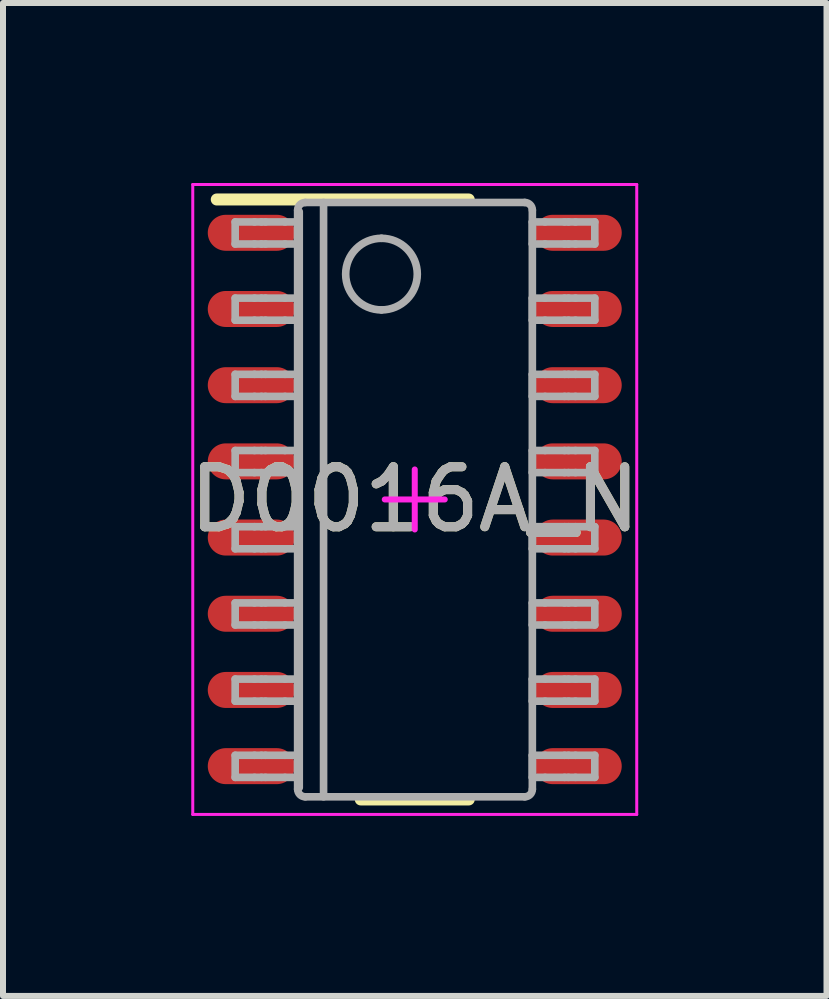
<source format=kicad_pcb>
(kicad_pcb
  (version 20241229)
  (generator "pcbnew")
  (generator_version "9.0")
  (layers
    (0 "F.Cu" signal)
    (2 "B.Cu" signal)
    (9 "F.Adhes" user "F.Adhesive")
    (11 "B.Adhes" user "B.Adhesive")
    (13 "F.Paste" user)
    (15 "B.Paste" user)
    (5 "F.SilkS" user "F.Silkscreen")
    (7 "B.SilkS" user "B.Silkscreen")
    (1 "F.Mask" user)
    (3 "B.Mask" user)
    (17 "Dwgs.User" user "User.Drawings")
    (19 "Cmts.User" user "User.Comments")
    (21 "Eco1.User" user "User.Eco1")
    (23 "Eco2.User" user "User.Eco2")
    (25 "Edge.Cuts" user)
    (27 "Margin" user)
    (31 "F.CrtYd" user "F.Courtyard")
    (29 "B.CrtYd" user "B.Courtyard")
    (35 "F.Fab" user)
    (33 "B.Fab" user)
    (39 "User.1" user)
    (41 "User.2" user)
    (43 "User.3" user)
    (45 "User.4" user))
  (footprint "D0016A_N"
    (layer "F.Cu")
    (at 3.863 5.275)
    (property "Reference" "D0016A_N" (at 0 0 0) (unlocked yes) (layer "F.SilkS") (effects (font (size 1 1) (thickness 0.15))))
    (attr smd)
    (fp_line (start -3.3 -5) (end 0.9 -5) (stroke (width 0.2) (type solid)) (layer "F.SilkS"))
    (fp_line (start -0.9 5) (end 0.9 5) (stroke (width 0.2) (type solid)) (layer "F.SilkS"))
    (fp_line (start -3.7 -5.25) (end 3.7 -5.25) (stroke (width 0.05) (type solid)) (layer "F.CrtYd"))
    (fp_line (start -3.7 5.25) (end -3.7 -5.25) (stroke (width 0.05) (type solid)) (layer "F.CrtYd"))
    (fp_line (start -3.7 5.25) (end 3.7 5.25) (stroke (width 0.05) (type solid)) (layer "F.CrtYd"))
    (fp_line (start -0.5 0) (end 0.5 0) (stroke (width 0.1) (type solid)) (layer "F.CrtYd"))
    (fp_line (start 0 0.5) (end 0 -0.5) (stroke (width 0.1) (type solid)) (layer "F.CrtYd"))
    (fp_line (start 3.7 5.25) (end 3.7 -5.25) (stroke (width 0.05) (type solid)) (layer "F.CrtYd"))
    (fp_line (start -2.993 -4.626) (end -2.671 -4.626) (stroke (width 0.127) (type solid)) (layer "F.Fab"))
    (fp_line (start -2.993 -4.258) (end -2.993 -4.626) (stroke (width 0.127) (type solid)) (layer "F.Fab"))
    (fp_line (start -2.993 -4.258) (end -2.671 -4.258) (stroke (width 0.127) (type solid)) (layer "F.Fab"))
    (fp_line (start -2.993 -3.356) (end -2.671 -3.356) (stroke (width 0.127) (type solid)) (layer "F.Fab"))
    (fp_line (start -2.993 -2.988) (end -2.993 -3.356) (stroke (width 0.127) (type solid)) (layer "F.Fab"))
    (fp_line (start -2.993 -2.988) (end -2.671 -2.988) (stroke (width 0.127) (type solid)) (layer "F.Fab"))
    (fp_line (start -2.993 -2.086) (end -2.671 -2.086) (stroke (width 0.127) (type solid)) (layer "F.Fab"))
    (fp_line (start -2.993 -1.718) (end -2.993 -2.086) (stroke (width 0.127) (type solid)) (layer "F.Fab"))
    (fp_line (start -2.993 -1.718) (end -2.671 -1.718) (stroke (width 0.127) (type solid)) (layer "F.Fab"))
    (fp_line (start -2.993 -0.816) (end -2.671 -0.816) (stroke (width 0.127) (type solid)) (layer "F.Fab"))
    (fp_line (start -2.993 -0.448) (end -2.993 -0.816) (stroke (width 0.127) (type solid)) (layer "F.Fab"))
    (fp_line (start -2.993 -0.448) (end -2.671 -0.448) (stroke (width 0.127) (type solid)) (layer "F.Fab"))
    (fp_line (start -2.993 0.454) (end -2.671 0.454) (stroke (width 0.127) (type solid)) (layer "F.Fab"))
    (fp_line (start -2.993 0.822) (end -2.993 0.454) (stroke (width 0.127) (type solid)) (layer "F.Fab"))
    (fp_line (start -2.993 0.822) (end -2.671 0.822) (stroke (width 0.127) (type solid)) (layer "F.Fab"))
    (fp_line (start -2.993 1.724) (end -2.671 1.724) (stroke (width 0.127) (type solid)) (layer "F.Fab"))
    (fp_line (start -2.993 2.092) (end -2.993 1.724) (stroke (width 0.127) (type solid)) (layer "F.Fab"))
    (fp_line (start -2.993 2.092) (end -2.671 2.092) (stroke (width 0.127) (type solid)) (layer "F.Fab"))
    (fp_line (start -2.993 2.994) (end -2.671 2.994) (stroke (width 0.127) (type solid)) (layer "F.Fab"))
    (fp_line (start -2.993 3.362) (end -2.993 2.994) (stroke (width 0.127) (type solid)) (layer "F.Fab"))
    (fp_line (start -2.993 3.362) (end -2.671 3.362) (stroke (width 0.127) (type solid)) (layer "F.Fab"))
    (fp_line (start -2.993 4.264) (end -2.671 4.264) (stroke (width 0.127) (type solid)) (layer "F.Fab"))
    (fp_line (start -2.993 4.632) (end -2.993 4.264) (stroke (width 0.127) (type solid)) (layer "F.Fab"))
    (fp_line (start -2.993 4.632) (end -2.671 4.632) (stroke (width 0.127) (type solid)) (layer "F.Fab"))
    (fp_line (start -2.671 -4.626) (end -2.555 -4.626) (stroke (width 0.127) (type solid)) (layer "F.Fab"))
    (fp_line (start -2.671 -4.258) (end -2.555 -4.258) (stroke (width 0.127) (type solid)) (layer "F.Fab"))
    (fp_line (start -2.671 -3.356) (end -2.555 -3.356) (stroke (width 0.127) (type solid)) (layer "F.Fab"))
    (fp_line (start -2.671 -2.988) (end -2.555 -2.988) (stroke (width 0.127) (type solid)) (layer "F.Fab"))
    (fp_line (start -2.671 -2.086) (end -2.555 -2.086) (stroke (width 0.127) (type solid)) (layer "F.Fab"))
    (fp_line (start -2.671 -1.718) (end -2.555 -1.718) (stroke (width 0.127) (type solid)) (layer "F.Fab"))
    (fp_line (start -2.671 -0.816) (end -2.555 -0.816) (stroke (width 0.127) (type solid)) (layer "F.Fab"))
    (fp_line (start -2.671 -0.448) (end -2.555 -0.448) (stroke (width 0.127) (type solid)) (layer "F.Fab"))
    (fp_line (start -2.671 0.454) (end -2.555 0.454) (stroke (width 0.127) (type solid)) (layer "F.Fab"))
    (fp_line (start -2.671 0.822) (end -2.555 0.822) (stroke (width 0.127) (type solid)) (layer "F.Fab"))
    (fp_line (start -2.671 1.724) (end -2.555 1.724) (stroke (width 0.127) (type solid)) (layer "F.Fab"))
    (fp_line (start -2.671 2.092) (end -2.555 2.092) (stroke (width 0.127) (type solid)) (layer "F.Fab"))
    (fp_line (start -2.671 2.994) (end -2.555 2.994) (stroke (width 0.127) (type solid)) (layer "F.Fab"))
    (fp_line (start -2.671 3.362) (end -2.555 3.362) (stroke (width 0.127) (type solid)) (layer "F.Fab"))
    (fp_line (start -2.671 4.264) (end -2.555 4.264) (stroke (width 0.127) (type solid)) (layer "F.Fab"))
    (fp_line (start -2.671 4.632) (end -2.555 4.632) (stroke (width 0.127) (type solid)) (layer "F.Fab"))
    (fp_line (start -2.555 -4.626) (end -2.488 -4.626) (stroke (width 0.127) (type solid)) (layer "F.Fab"))
    (fp_line (start -2.555 -4.258) (end -2.488 -4.258) (stroke (width 0.127) (type solid)) (layer "F.Fab"))
    (fp_line (start -2.555 -3.356) (end -2.488 -3.356) (stroke (width 0.127) (type solid)) (layer "F.Fab"))
    (fp_line (start -2.555 -2.988) (end -2.488 -2.988) (stroke (width 0.127) (type solid)) (layer "F.Fab"))
    (fp_line (start -2.555 -2.086) (end -2.488 -2.086) (stroke (width 0.127) (type solid)) (layer "F.Fab"))
    (fp_line (start -2.555 -1.718) (end -2.488 -1.718) (stroke (width 0.127) (type solid)) (layer "F.Fab"))
    (fp_line (start -2.555 -0.816) (end -2.488 -0.816) (stroke (width 0.127) (type solid)) (layer "F.Fab"))
    (fp_line (start -2.555 -0.448) (end -2.488 -0.448) (stroke (width 0.127) (type solid)) (layer "F.Fab"))
    (fp_line (start -2.555 0.454) (end -2.488 0.454) (stroke (width 0.127) (type solid)) (layer "F.Fab"))
    (fp_line (start -2.555 0.822) (end -2.488 0.822) (stroke (width 0.127) (type solid)) (layer "F.Fab"))
    (fp_line (start -2.555 1.724) (end -2.488 1.724) (stroke (width 0.127) (type solid)) (layer "F.Fab"))
    (fp_line (start -2.555 2.092) (end -2.488 2.092) (stroke (width 0.127) (type solid)) (layer "F.Fab"))
    (fp_line (start -2.555 2.994) (end -2.488 2.994) (stroke (width 0.127) (type solid)) (layer "F.Fab"))
    (fp_line (start -2.555 3.362) (end -2.488 3.362) (stroke (width 0.127) (type solid)) (layer "F.Fab"))
    (fp_line (start -2.555 4.264) (end -2.488 4.264) (stroke (width 0.127) (type solid)) (layer "F.Fab"))
    (fp_line (start -2.555 4.632) (end -2.488 4.632) (stroke (width 0.127) (type solid)) (layer "F.Fab"))
    (fp_line (start -2.488 -4.626) (end -2.163 -4.626) (stroke (width 0.127) (type solid)) (layer "F.Fab"))
    (fp_line (start -2.488 -4.258) (end -2.163 -4.258) (stroke (width 0.127) (type solid)) (layer "F.Fab"))
    (fp_line (start -2.488 -3.356) (end -2.163 -3.356) (stroke (width 0.127) (type solid)) (layer "F.Fab"))
    (fp_line (start -2.488 -2.988) (end -2.163 -2.988) (stroke (width 0.127) (type solid)) (layer "F.Fab"))
    (fp_line (start -2.488 -2.086) (end -2.163 -2.086) (stroke (width 0.127) (type solid)) (layer "F.Fab"))
    (fp_line (start -2.488 -1.718) (end -2.163 -1.718) (stroke (width 0.127) (type solid)) (layer "F.Fab"))
    (fp_line (start -2.488 -0.816) (end -2.163 -0.816) (stroke (width 0.127) (type solid)) (layer "F.Fab"))
    (fp_line (start -2.488 -0.448) (end -2.163 -0.448) (stroke (width 0.127) (type solid)) (layer "F.Fab"))
    (fp_line (start -2.488 0.454) (end -2.163 0.454) (stroke (width 0.127) (type solid)) (layer "F.Fab"))
    (fp_line (start -2.488 0.822) (end -2.163 0.822) (stroke (width 0.127) (type solid)) (layer "F.Fab"))
    (fp_line (start -2.488 1.724) (end -2.163 1.724) (stroke (width 0.127) (type solid)) (layer "F.Fab"))
    (fp_line (start -2.488 2.092) (end -2.163 2.092) (stroke (width 0.127) (type solid)) (layer "F.Fab"))
    (fp_line (start -2.488 2.994) (end -2.163 2.994) (stroke (width 0.127) (type solid)) (layer "F.Fab"))
    (fp_line (start -2.488 3.362) (end -2.163 3.362) (stroke (width 0.127) (type solid)) (layer "F.Fab"))
    (fp_line (start -2.488 4.264) (end -2.163 4.264) (stroke (width 0.127) (type solid)) (layer "F.Fab"))
    (fp_line (start -2.488 4.632) (end -2.163 4.632) (stroke (width 0.127) (type solid)) (layer "F.Fab"))
    (fp_line (start -2.163 -4.626) (end -1.952 -4.626) (stroke (width 0.127) (type solid)) (layer "F.Fab"))
    (fp_line (start -2.163 -4.258) (end -1.952 -4.258) (stroke (width 0.127) (type solid)) (layer "F.Fab"))
    (fp_line (start -2.163 -3.356) (end -1.952 -3.356) (stroke (width 0.127) (type solid)) (layer "F.Fab"))
    (fp_line (start -2.163 -2.988) (end -1.952 -2.988) (stroke (width 0.127) (type solid)) (layer "F.Fab"))
    (fp_line (start -2.163 -2.086) (end -1.952 -2.086) (stroke (width 0.127) (type solid)) (layer "F.Fab"))
    (fp_line (start -2.163 -1.718) (end -1.952 -1.718) (stroke (width 0.127) (type solid)) (layer "F.Fab"))
    (fp_line (start -2.163 -0.816) (end -1.952 -0.816) (stroke (width 0.127) (type solid)) (layer "F.Fab"))
    (fp_line (start -2.163 -0.448) (end -1.952 -0.448) (stroke (width 0.127) (type solid)) (layer "F.Fab"))
    (fp_line (start -2.163 0.454) (end -1.952 0.454) (stroke (width 0.127) (type solid)) (layer "F.Fab"))
    (fp_line (start -2.163 0.822) (end -1.952 0.822) (stroke (width 0.127) (type solid)) (layer "F.Fab"))
    (fp_line (start -2.163 1.724) (end -1.952 1.724) (stroke (width 0.127) (type solid)) (layer "F.Fab"))
    (fp_line (start -2.163 2.092) (end -1.952 2.092) (stroke (width 0.127) (type solid)) (layer "F.Fab"))
    (fp_line (start -2.163 2.994) (end -1.952 2.994) (stroke (width 0.127) (type solid)) (layer "F.Fab"))
    (fp_line (start -2.163 3.362) (end -1.952 3.362) (stroke (width 0.127) (type solid)) (layer "F.Fab"))
    (fp_line (start -2.163 4.264) (end -1.952 4.264) (stroke (width 0.127) (type solid)) (layer "F.Fab"))
    (fp_line (start -2.163 4.632) (end -1.952 4.632) (stroke (width 0.127) (type solid)) (layer "F.Fab"))
    (fp_line (start -1.952 -4.258) (end -1.952 -4.626) (stroke (width 0.127) (type solid)) (layer "F.Fab"))
    (fp_line (start -1.952 -2.988) (end -1.952 -3.356) (stroke (width 0.127) (type solid)) (layer "F.Fab"))
    (fp_line (start -1.952 -1.718) (end -1.952 -2.086) (stroke (width 0.127) (type solid)) (layer "F.Fab"))
    (fp_line (start -1.952 -0.448) (end -1.952 -0.816) (stroke (width 0.127) (type solid)) (layer "F.Fab"))
    (fp_line (start -1.952 0.822) (end -1.952 0.454) (stroke (width 0.127) (type solid)) (layer "F.Fab"))
    (fp_line (start -1.952 2.092) (end -1.952 1.724) (stroke (width 0.127) (type solid)) (layer "F.Fab"))
    (fp_line (start -1.952 3.362) (end -1.952 2.994) (stroke (width 0.127) (type solid)) (layer "F.Fab"))
    (fp_line (start -1.952 4.632) (end -1.952 4.264) (stroke (width 0.127) (type solid)) (layer "F.Fab"))
    (fp_line (start -1.952 4.829) (end -1.952 -4.823) (stroke (width 0.127) (type solid)) (layer "F.Fab"))
    (fp_line (start -1.925 4.803) (end -1.925 -4.797) (stroke (width 0.127) (type solid)) (layer "F.Fab"))
    (fp_line (start -1.825 -4.95) (end 1.834 -4.95) (stroke (width 0.127) (type solid)) (layer "F.Fab"))
    (fp_line (start -1.825 4.956) (end 1.834 4.956) (stroke (width 0.127) (type solid)) (layer "F.Fab"))
    (fp_line (start -1.52 4.956) (end -1.52 -4.95) (stroke (width 0.127) (type solid)) (layer "F.Fab"))
    (fp_line (start 1.96 -4.626) (end 2.172 -4.626) (stroke (width 0.127) (type solid)) (layer "F.Fab"))
    (fp_line (start 1.96 -4.258) (end 1.96 -4.626) (stroke (width 0.127) (type solid)) (layer "F.Fab"))
    (fp_line (start 1.96 -4.258) (end 2.172 -4.258) (stroke (width 0.127) (type solid)) (layer "F.Fab"))
    (fp_line (start 1.96 -3.356) (end 2.172 -3.356) (stroke (width 0.127) (type solid)) (layer "F.Fab"))
    (fp_line (start 1.96 -2.988) (end 1.96 -3.356) (stroke (width 0.127) (type solid)) (layer "F.Fab"))
    (fp_line (start 1.96 -2.988) (end 2.172 -2.988) (stroke (width 0.127) (type solid)) (layer "F.Fab"))
    (fp_line (start 1.96 -2.086) (end 2.172 -2.086) (stroke (width 0.127) (type solid)) (layer "F.Fab"))
    (fp_line (start 1.96 -1.718) (end 1.96 -2.086) (stroke (width 0.127) (type solid)) (layer "F.Fab"))
    (fp_line (start 1.96 -1.718) (end 2.172 -1.718) (stroke (width 0.127) (type solid)) (layer "F.Fab"))
    (fp_line (start 1.96 -0.816) (end 2.172 -0.816) (stroke (width 0.127) (type solid)) (layer "F.Fab"))
    (fp_line (start 1.96 -0.448) (end 1.96 -0.816) (stroke (width 0.127) (type solid)) (layer "F.Fab"))
    (fp_line (start 1.96 -0.448) (end 2.172 -0.448) (stroke (width 0.127) (type solid)) (layer "F.Fab"))
    (fp_line (start 1.96 0.454) (end 2.172 0.454) (stroke (width 0.127) (type solid)) (layer "F.Fab"))
    (fp_line (start 1.96 0.822) (end 1.96 0.454) (stroke (width 0.127) (type solid)) (layer "F.Fab"))
    (fp_line (start 1.96 0.822) (end 2.172 0.822) (stroke (width 0.127) (type solid)) (layer "F.Fab"))
    (fp_line (start 1.96 1.724) (end 2.172 1.724) (stroke (width 0.127) (type solid)) (layer "F.Fab"))
    (fp_line (start 1.96 2.092) (end 1.96 1.724) (stroke (width 0.127) (type solid)) (layer "F.Fab"))
    (fp_line (start 1.96 2.092) (end 2.172 2.092) (stroke (width 0.127) (type solid)) (layer "F.Fab"))
    (fp_line (start 1.96 2.994) (end 2.172 2.994) (stroke (width 0.127) (type solid)) (layer "F.Fab"))
    (fp_line (start 1.96 3.362) (end 1.96 2.994) (stroke (width 0.127) (type solid)) (layer "F.Fab"))
    (fp_line (start 1.96 3.362) (end 2.172 3.362) (stroke (width 0.127) (type solid)) (layer "F.Fab"))
    (fp_line (start 1.96 4.264) (end 2.172 4.264) (stroke (width 0.127) (type solid)) (layer "F.Fab"))
    (fp_line (start 1.96 4.632) (end 1.96 4.264) (stroke (width 0.127) (type solid)) (layer "F.Fab"))
    (fp_line (start 1.96 4.632) (end 2.172 4.632) (stroke (width 0.127) (type solid)) (layer "F.Fab"))
    (fp_line (start 1.96 4.829) (end 1.96 -4.823) (stroke (width 0.127) (type solid)) (layer "F.Fab"))
    (fp_line (start 2.172 -4.626) (end 2.497 -4.626) (stroke (width 0.127) (type solid)) (layer "F.Fab"))
    (fp_line (start 2.172 -4.258) (end 2.497 -4.258) (stroke (width 0.127) (type solid)) (layer "F.Fab"))
    (fp_line (start 2.172 -3.356) (end 2.497 -3.356) (stroke (width 0.127) (type solid)) (layer "F.Fab"))
    (fp_line (start 2.172 -2.988) (end 2.497 -2.988) (stroke (width 0.127) (type solid)) (layer "F.Fab"))
    (fp_line (start 2.172 -2.086) (end 2.497 -2.086) (stroke (width 0.127) (type solid)) (layer "F.Fab"))
    (fp_line (start 2.172 -1.718) (end 2.497 -1.718) (stroke (width 0.127) (type solid)) (layer "F.Fab"))
    (fp_line (start 2.172 -0.816) (end 2.497 -0.816) (stroke (width 0.127) (type solid)) (layer "F.Fab"))
    (fp_line (start 2.172 -0.448) (end 2.497 -0.448) (stroke (width 0.127) (type solid)) (layer "F.Fab"))
    (fp_line (start 2.172 0.454) (end 2.497 0.454) (stroke (width 0.127) (type solid)) (layer "F.Fab"))
    (fp_line (start 2.172 0.822) (end 2.497 0.822) (stroke (width 0.127) (type solid)) (layer "F.Fab"))
    (fp_line (start 2.172 1.724) (end 2.497 1.724) (stroke (width 0.127) (type solid)) (layer "F.Fab"))
    (fp_line (start 2.172 2.092) (end 2.497 2.092) (stroke (width 0.127) (type solid)) (layer "F.Fab"))
    (fp_line (start 2.172 2.994) (end 2.497 2.994) (stroke (width 0.127) (type solid)) (layer "F.Fab"))
    (fp_line (start 2.172 3.362) (end 2.497 3.362) (stroke (width 0.127) (type solid)) (layer "F.Fab"))
    (fp_line (start 2.172 4.264) (end 2.497 4.264) (stroke (width 0.127) (type solid)) (layer "F.Fab"))
    (fp_line (start 2.172 4.632) (end 2.497 4.632) (stroke (width 0.127) (type solid)) (layer "F.Fab"))
    (fp_line (start 2.497 -4.626) (end 2.563 -4.626) (stroke (width 0.127) (type solid)) (layer "F.Fab"))
    (fp_line (start 2.497 -4.258) (end 2.563 -4.258) (stroke (width 0.127) (type solid)) (layer "F.Fab"))
    (fp_line (start 2.497 -3.356) (end 2.563 -3.356) (stroke (width 0.127) (type solid)) (layer "F.Fab"))
    (fp_line (start 2.497 -2.988) (end 2.563 -2.988) (stroke (width 0.127) (type solid)) (layer "F.Fab"))
    (fp_line (start 2.497 -2.086) (end 2.563 -2.086) (stroke (width 0.127) (type solid)) (layer "F.Fab"))
    (fp_line (start 2.497 -1.718) (end 2.563 -1.718) (stroke (width 0.127) (type solid)) (layer "F.Fab"))
    (fp_line (start 2.497 -0.816) (end 2.563 -0.816) (stroke (width 0.127) (type solid)) (layer "F.Fab"))
    (fp_line (start 2.497 -0.448) (end 2.563 -0.448) (stroke (width 0.127) (type solid)) (layer "F.Fab"))
    (fp_line (start 2.497 0.454) (end 2.563 0.454) (stroke (width 0.127) (type solid)) (layer "F.Fab"))
    (fp_line (start 2.497 0.822) (end 2.563 0.822) (stroke (width 0.127) (type solid)) (layer "F.Fab"))
    (fp_line (start 2.497 1.724) (end 2.563 1.724) (stroke (width 0.127) (type solid)) (layer "F.Fab"))
    (fp_line (start 2.497 2.092) (end 2.563 2.092) (stroke (width 0.127) (type solid)) (layer "F.Fab"))
    (fp_line (start 2.497 2.994) (end 2.563 2.994) (stroke (width 0.127) (type solid)) (layer "F.Fab"))
    (fp_line (start 2.497 3.362) (end 2.563 3.362) (stroke (width 0.127) (type solid)) (layer "F.Fab"))
    (fp_line (start 2.497 4.264) (end 2.563 4.264) (stroke (width 0.127) (type solid)) (layer "F.Fab"))
    (fp_line (start 2.497 4.632) (end 2.563 4.632) (stroke (width 0.127) (type solid)) (layer "F.Fab"))
    (fp_line (start 2.563 -4.626) (end 2.679 -4.626) (stroke (width 0.127) (type solid)) (layer "F.Fab"))
    (fp_line (start 2.563 -4.258) (end 2.679 -4.258) (stroke (width 0.127) (type solid)) (layer "F.Fab"))
    (fp_line (start 2.563 -3.356) (end 2.679 -3.356) (stroke (width 0.127) (type solid)) (layer "F.Fab"))
    (fp_line (start 2.563 -2.988) (end 2.679 -2.988) (stroke (width 0.127) (type solid)) (layer "F.Fab"))
    (fp_line (start 2.563 -2.086) (end 2.679 -2.086) (stroke (width 0.127) (type solid)) (layer "F.Fab"))
    (fp_line (start 2.563 -1.718) (end 2.679 -1.718) (stroke (width 0.127) (type solid)) (layer "F.Fab"))
    (fp_line (start 2.563 -0.816) (end 2.679 -0.816) (stroke (width 0.127) (type solid)) (layer "F.Fab"))
    (fp_line (start 2.563 -0.448) (end 2.679 -0.448) (stroke (width 0.127) (type solid)) (layer "F.Fab"))
    (fp_line (start 2.563 0.454) (end 2.679 0.454) (stroke (width 0.127) (type solid)) (layer "F.Fab"))
    (fp_line (start 2.563 0.822) (end 2.679 0.822) (stroke (width 0.127) (type solid)) (layer "F.Fab"))
    (fp_line (start 2.563 1.724) (end 2.679 1.724) (stroke (width 0.127) (type solid)) (layer "F.Fab"))
    (fp_line (start 2.563 2.092) (end 2.679 2.092) (stroke (width 0.127) (type solid)) (layer "F.Fab"))
    (fp_line (start 2.563 2.994) (end 2.679 2.994) (stroke (width 0.127) (type solid)) (layer "F.Fab"))
    (fp_line (start 2.563 3.362) (end 2.679 3.362) (stroke (width 0.127) (type solid)) (layer "F.Fab"))
    (fp_line (start 2.563 4.264) (end 2.679 4.264) (stroke (width 0.127) (type solid)) (layer "F.Fab"))
    (fp_line (start 2.563 4.632) (end 2.679 4.632) (stroke (width 0.127) (type solid)) (layer "F.Fab"))
    (fp_line (start 2.679 -4.626) (end 3.001 -4.626) (stroke (width 0.127) (type solid)) (layer "F.Fab"))
    (fp_line (start 2.679 -4.258) (end 3.001 -4.258) (stroke (width 0.127) (type solid)) (layer "F.Fab"))
    (fp_line (start 2.679 -3.356) (end 3.001 -3.356) (stroke (width 0.127) (type solid)) (layer "F.Fab"))
    (fp_line (start 2.679 -2.988) (end 3.001 -2.988) (stroke (width 0.127) (type solid)) (layer "F.Fab"))
    (fp_line (start 2.679 -2.086) (end 3.001 -2.086) (stroke (width 0.127) (type solid)) (layer "F.Fab"))
    (fp_line (start 2.679 -1.718) (end 3.001 -1.718) (stroke (width 0.127) (type solid)) (layer "F.Fab"))
    (fp_line (start 2.679 -0.816) (end 3.001 -0.816) (stroke (width 0.127) (type solid)) (layer "F.Fab"))
    (fp_line (start 2.679 -0.448) (end 3.001 -0.448) (stroke (width 0.127) (type solid)) (layer "F.Fab"))
    (fp_line (start 2.679 0.454) (end 3.001 0.454) (stroke (width 0.127) (type solid)) (layer "F.Fab"))
    (fp_line (start 2.679 0.822) (end 3.001 0.822) (stroke (width 0.127) (type solid)) (layer "F.Fab"))
    (fp_line (start 2.679 1.724) (end 3.001 1.724) (stroke (width 0.127) (type solid)) (layer "F.Fab"))
    (fp_line (start 2.679 2.092) (end 3.001 2.092) (stroke (width 0.127) (type solid)) (layer "F.Fab"))
    (fp_line (start 2.679 2.994) (end 3.001 2.994) (stroke (width 0.127) (type solid)) (layer "F.Fab"))
    (fp_line (start 2.679 3.362) (end 3.001 3.362) (stroke (width 0.127) (type solid)) (layer "F.Fab"))
    (fp_line (start 2.679 4.264) (end 3.001 4.264) (stroke (width 0.127) (type solid)) (layer "F.Fab"))
    (fp_line (start 2.679 4.632) (end 3.001 4.632) (stroke (width 0.127) (type solid)) (layer "F.Fab"))
    (fp_line (start 3.001 -4.258) (end 3.001 -4.626) (stroke (width 0.127) (type solid)) (layer "F.Fab"))
    (fp_line (start 3.001 -2.988) (end 3.001 -3.356) (stroke (width 0.127) (type solid)) (layer "F.Fab"))
    (fp_line (start 3.001 -1.718) (end 3.001 -2.086) (stroke (width 0.127) (type solid)) (layer "F.Fab"))
    (fp_line (start 3.001 -0.448) (end 3.001 -0.816) (stroke (width 0.127) (type solid)) (layer "F.Fab"))
    (fp_line (start 3.001 0.822) (end 3.001 0.454) (stroke (width 0.127) (type solid)) (layer "F.Fab"))
    (fp_line (start 3.001 2.092) (end 3.001 1.724) (stroke (width 0.127) (type solid)) (layer "F.Fab"))
    (fp_line (start 3.001 3.362) (end 3.001 2.994) (stroke (width 0.127) (type solid)) (layer "F.Fab"))
    (fp_line (start 3.001 4.632) (end 3.001 4.264) (stroke (width 0.127) (type solid)) (layer "F.Fab"))
    (fp_arc (start -1.951542 -4.823482) (mid -1.914335 -4.91281) (end -1.824999 -4.949999) (stroke (width 0.127) (type solid)) (layer "F.Fab"))
    (fp_arc (start -1.824999 4.955999) (mid -1.91434 4.918797) (end -1.951542 4.829456) (stroke (width 0.127) (type solid)) (layer "F.Fab"))
    (fp_arc (start -0.554543 -4.3531) (mid 0.042357 -3.7562) (end -0.554543 -3.1593) (stroke (width 0.127) (type solid)) (layer "F.Fab"))
    (fp_arc (start -0.554543 -3.1593) (mid -1.151443 -3.7562) (end -0.554543 -4.3531) (stroke (width 0.127) (type solid)) (layer "F.Fab"))
    (fp_arc (start 1.833539 -4.949999) (mid 1.922862 -4.912805) (end 1.960056 -4.823482) (stroke (width 0.127) (type solid)) (layer "F.Fab"))
    (fp_arc (start 1.960056 4.829456) (mid 1.922867 4.918792) (end 1.833539 4.955999) (stroke (width 0.127) (type solid)) (layer "F.Fab"))
    (fp_text user "${REFERENCE}" (at 0 0 0) (unlocked yes) (layer "F.Fab") (effects (font (size 1 1) (thickness 0.15))))
    (pad "1" smd oval (at -2.725 -4.445 90) (size 0.6 1.45) (layers "F.Cu" "F.Mask" "F.Paste"))
    (pad "2" smd oval (at -2.725 -3.175 90) (size 0.6 1.45) (layers "F.Cu" "F.Mask" "F.Paste"))
    (pad "3" smd oval (at -2.725 -1.905 90) (size 0.6 1.45) (layers "F.Cu" "F.Mask" "F.Paste"))
    (pad "4" smd oval (at -2.725 -0.635 90) (size 0.6 1.45) (layers "F.Cu" "F.Mask" "F.Paste"))
    (pad "5" smd oval (at -2.725 0.635 90) (size 0.6 1.45) (layers "F.Cu" "F.Mask" "F.Paste"))
    (pad "6" smd oval (at -2.725 1.905 90) (size 0.6 1.45) (layers "F.Cu" "F.Mask" "F.Paste"))
    (pad "7" smd oval (at -2.725 3.175 90) (size 0.6 1.45) (layers "F.Cu" "F.Mask" "F.Paste"))
    (pad "8" smd oval (at -2.725 4.445 90) (size 0.6 1.45) (layers "F.Cu" "F.Mask" "F.Paste"))
    (pad "9" smd oval (at 2.725 4.445 90) (size 0.6 1.45) (layers "F.Cu" "F.Mask" "F.Paste"))
    (pad "10" smd oval (at 2.725 3.175 90) (size 0.6 1.45) (layers "F.Cu" "F.Mask" "F.Paste"))
    (pad "11" smd oval (at 2.725 1.905 90) (size 0.6 1.45) (layers "F.Cu" "F.Mask" "F.Paste"))
    (pad "12" smd oval (at 2.725 0.635 90) (size 0.6 1.45) (layers "F.Cu" "F.Mask" "F.Paste"))
    (pad "13" smd oval (at 2.725 -0.635 90) (size 0.6 1.45) (layers "F.Cu" "F.Mask" "F.Paste"))
    (pad "14" smd oval (at 2.725 -1.905 90) (size 0.6 1.45) (layers "F.Cu" "F.Mask" "F.Paste"))
    (pad "15" smd oval (at 2.725 -3.175 90) (size 0.6 1.45) (layers "F.Cu" "F.Mask" "F.Paste"))
    (pad "16" smd oval (at 2.725 -4.445 90) (size 0.6 1.45) (layers "F.Cu" "F.Mask" "F.Paste")))
  (gr_rect
    (start -3 -3)
    (end 10.726 13.55)
    (stroke (width 0.1) (type default))
    (fill no)
    (layer "Edge.Cuts")))
</source>
